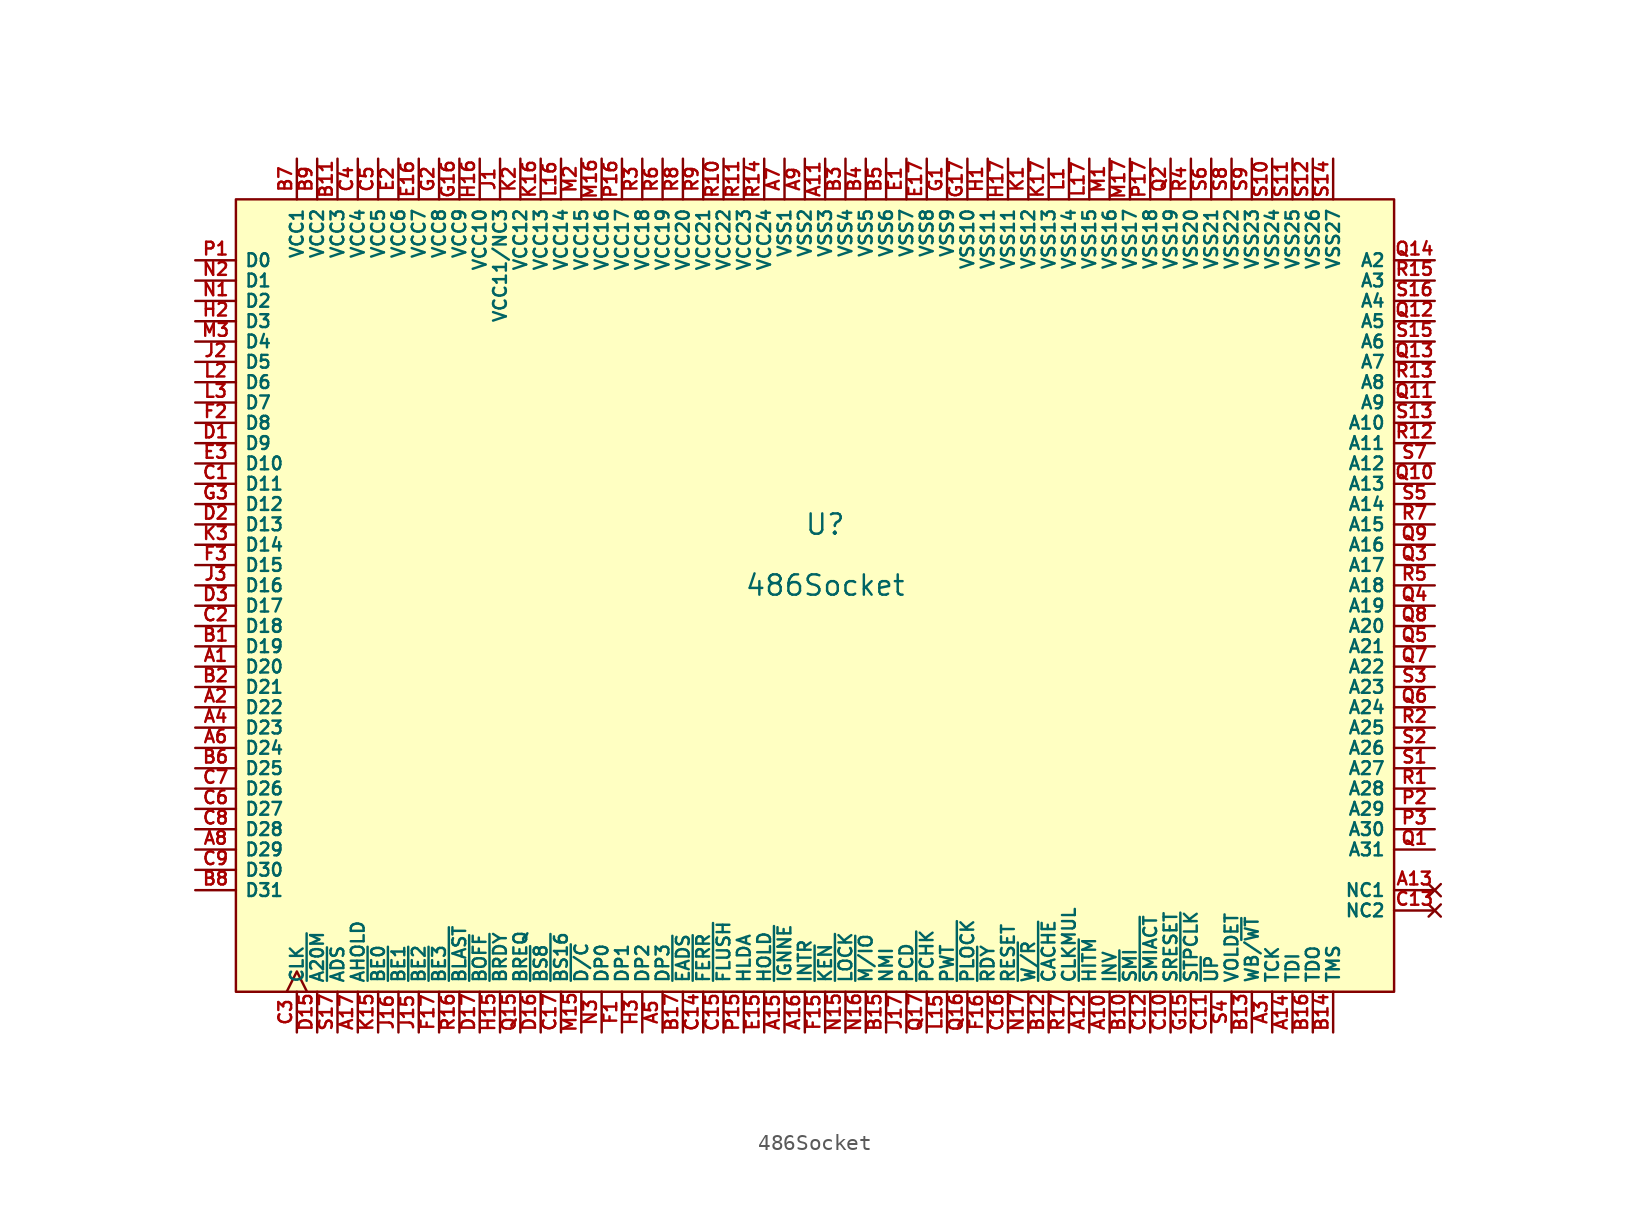
<source format=kicad_sym>
(kicad_symbol_lib
  (version 20220914)
  (generator kicad_symbol_editor)
  (symbol "486Socket"
    (property "Reference" "U"
      (at 46.99 39.37 0)
      (effects (font (size 1.27 1.27))))
    (property "Value" "486Socket"
      (at 46.99 35.56 0)
      (effects (font (size 1.27 1.27))))
    (symbol "486Socket_0_1"
      (rectangle (start 10.16 59.69) (end 82.55 10.16) (stroke (width 0) (type default)) (fill (type background))))
    (symbol "486Socket_1_1"
      (pin bidirectional line (at 7.62 30.48 0) (length 2.54) (name "D20" (effects (font (size 0.8 0.8)))) (number "A1" (effects (font (size 0.8 0.8)))))
      (pin input line (at 64.77 7.62 90) (length 2.54) (name "INV" (effects (font (size 0.8 0.8)))) (number "A10" (effects (font (size 0.8 0.8)))))
      (pin power_in line (at 46.99 62.23 270) (length 2.54) (name "VSS3" (effects (font (size 0.8 0.8)))) (number "A11" (effects (font (size 0.8 0.8)))))
      (pin output line (at 63.5 7.62 90) (length 2.54) (name "~{HITM}" (effects (font (size 0.8 0.8)))) (number "A12" (effects (font (size 0.8 0.8)))))
      (pin no_connect line (at 85.09 16.51 180) (length 2.54) (name "NC1" (effects (font (size 0.8 0.8)))) (number "A13" (effects (font (size 0.8 0.8)))))
      (pin input line (at 76.2 7.62 90) (length 2.54) (name "TDI" (effects (font (size 0.8 0.8)))) (number "A14" (effects (font (size 0.8 0.8)))))
      (pin input line (at 44.45 7.62 90) (length 2.54) (name "~{IGNNE}" (effects (font (size 0.8 0.8)))) (number "A15" (effects (font (size 0.8 0.8)))))
      (pin input line (at 45.72 7.62 90) (length 2.54) (name "INTR" (effects (font (size 0.8 0.8)))) (number "A16" (effects (font (size 0.8 0.8)))))
      (pin input line (at 17.78 7.62 90) (length 2.54) (name "AHOLD" (effects (font (size 0.8 0.8)))) (number "A17" (effects (font (size 0.8 0.8)))))
      (pin bidirectional line (at 7.62 27.94 0) (length 2.54) (name "D22" (effects (font (size 0.8 0.8)))) (number "A2" (effects (font (size 0.8 0.8)))))
      (pin input line (at 74.93 7.62 90) (length 2.54) (name "TCK" (effects (font (size 0.8 0.8)))) (number "A3" (effects (font (size 0.8 0.8)))))
      (pin bidirectional line (at 7.62 26.67 0) (length 2.54) (name "D23" (effects (font (size 0.8 0.8)))) (number "A4" (effects (font (size 0.8 0.8)))))
      (pin bidirectional line (at 36.83 7.62 90) (length 2.54) (name "DP3" (effects (font (size 0.8 0.8)))) (number "A5" (effects (font (size 0.8 0.8)))))
      (pin bidirectional line (at 7.62 25.4 0) (length 2.54) (name "D24" (effects (font (size 0.8 0.8)))) (number "A6" (effects (font (size 0.8 0.8)))))
      (pin power_in line (at 44.45 62.23 270) (length 2.54) (name "VSS1" (effects (font (size 0.8 0.8)))) (number "A7" (effects (font (size 0.8 0.8)))))
      (pin bidirectional line (at 7.62 19.05 0) (length 2.54) (name "D29" (effects (font (size 0.8 0.8)))) (number "A8" (effects (font (size 0.8 0.8)))))
      (pin power_in line (at 45.72 62.23 270) (length 2.54) (name "VSS2" (effects (font (size 0.8 0.8)))) (number "A9" (effects (font (size 0.8 0.8)))))
      (pin bidirectional line (at 7.62 31.75 0) (length 2.54) (name "D19" (effects (font (size 0.8 0.8)))) (number "B1" (effects (font (size 0.8 0.8)))))
      (pin input line (at 66.04 7.62 90) (length 2.54) (name "~{SMI}" (effects (font (size 0.8 0.8)))) (number "B10" (effects (font (size 0.8 0.8)))))
      (pin power_in line (at 16.51 62.23 270) (length 2.54) (name "VCC3" (effects (font (size 0.8 0.8)))) (number "B11" (effects (font (size 0.8 0.8)))))
      (pin output line (at 60.96 7.62 90) (length 2.54) (name "~{CACHE}" (effects (font (size 0.8 0.8)))) (number "B12" (effects (font (size 0.8 0.8)))))
      (pin input line (at 73.66 7.62 90) (length 2.54) (name "WB/~{WT}" (effects (font (size 0.8 0.8)))) (number "B13" (effects (font (size 0.8 0.8)))))
      (pin input line (at 78.74 7.62 90) (length 2.54) (name "TMS" (effects (font (size 0.8 0.8)))) (number "B14" (effects (font (size 0.8 0.8)))))
      (pin input line (at 50.8 7.62 90) (length 2.54) (name "NMI" (effects (font (size 0.8 0.8)))) (number "B15" (effects (font (size 0.8 0.8)))))
      (pin output line (at 77.47 7.62 90) (length 2.54) (name "TDO" (effects (font (size 0.8 0.8)))) (number "B16" (effects (font (size 0.8 0.8)))))
      (pin input line (at 38.1 7.62 90) (length 2.54) (name "~{EADS}" (effects (font (size 0.8 0.8)))) (number "B17" (effects (font (size 0.8 0.8)))))
      (pin bidirectional line (at 7.62 29.21 0) (length 2.54) (name "D21" (effects (font (size 0.8 0.8)))) (number "B2" (effects (font (size 0.8 0.8)))))
      (pin power_in line (at 48.26 62.23 270) (length 2.54) (name "VSS4" (effects (font (size 0.8 0.8)))) (number "B3" (effects (font (size 0.8 0.8)))))
      (pin power_in line (at 49.53 62.23 270) (length 2.54) (name "VSS5" (effects (font (size 0.8 0.8)))) (number "B4" (effects (font (size 0.8 0.8)))))
      (pin power_in line (at 50.8 62.23 270) (length 2.54) (name "VSS6" (effects (font (size 0.8 0.8)))) (number "B5" (effects (font (size 0.8 0.8)))))
      (pin bidirectional line (at 7.62 24.13 0) (length 2.54) (name "D25" (effects (font (size 0.8 0.8)))) (number "B6" (effects (font (size 0.8 0.8)))))
      (pin power_in line (at 13.97 62.23 270) (length 2.54) (name "VCC1" (effects (font (size 0.8 0.8)))) (number "B7" (effects (font (size 0.8 0.8)))))
      (pin bidirectional line (at 7.62 16.51 0) (length 2.54) (name "D31" (effects (font (size 0.8 0.8)))) (number "B8" (effects (font (size 0.8 0.8)))))
      (pin power_in line (at 15.24 62.23 270) (length 2.54) (name "VCC2" (effects (font (size 0.8 0.8)))) (number "B9" (effects (font (size 0.8 0.8)))))
      (pin bidirectional line (at 7.62 41.91 0) (length 2.54) (name "D11" (effects (font (size 0.8 0.8)))) (number "C1" (effects (font (size 0.8 0.8)))))
      (pin input line (at 68.58 7.62 90) (length 2.54) (name "SRESET" (effects (font (size 0.8 0.8)))) (number "C10" (effects (font (size 0.8 0.8)))))
      (pin input line (at 71.12 7.62 90) (length 2.54) (name "~{UP}" (effects (font (size 0.8 0.8)))) (number "C11" (effects (font (size 0.8 0.8)))))
      (pin output line (at 67.31 7.62 90) (length 2.54) (name "~{SMIACT}" (effects (font (size 0.8 0.8)))) (number "C12" (effects (font (size 0.8 0.8)))))
      (pin no_connect line (at 85.09 15.24 180) (length 2.54) (name "NC2" (effects (font (size 0.8 0.8)))) (number "C13" (effects (font (size 0.8 0.8)))))
      (pin output line (at 39.37 7.62 90) (length 2.54) (name "~{FERR}" (effects (font (size 0.8 0.8)))) (number "C14" (effects (font (size 0.8 0.8)))))
      (pin input line (at 40.64 7.62 90) (length 2.54) (name "~{FLUSH}" (effects (font (size 0.8 0.8)))) (number "C15" (effects (font (size 0.8 0.8)))))
      (pin input line (at 58.42 7.62 90) (length 2.54) (name "RESET" (effects (font (size 0.8 0.8)))) (number "C16" (effects (font (size 0.8 0.8)))))
      (pin input line (at 30.48 7.62 90) (length 2.54) (name "~{BS16}" (effects (font (size 0.8 0.8)))) (number "C17" (effects (font (size 0.8 0.8)))))
      (pin bidirectional line (at 7.62 33.02 0) (length 2.54) (name "D18" (effects (font (size 0.8 0.8)))) (number "C2" (effects (font (size 0.8 0.8)))))
      (pin input clock (at 13.97 7.62 90) (length 2.54) (name "CLK" (effects (font (size 0.8 0.8)))) (number "C3" (effects (font (size 0.8 0.8)))))
      (pin power_in line (at 17.78 62.23 270) (length 2.54) (name "VCC4" (effects (font (size 0.8 0.8)))) (number "C4" (effects (font (size 0.8 0.8)))))
      (pin power_in line (at 19.05 62.23 270) (length 2.54) (name "VCC5" (effects (font (size 0.8 0.8)))) (number "C5" (effects (font (size 0.8 0.8)))))
      (pin bidirectional line (at 7.62 21.59 0) (length 2.54) (name "D27" (effects (font (size 0.8 0.8)))) (number "C6" (effects (font (size 0.8 0.8)))))
      (pin bidirectional line (at 7.62 22.86 0) (length 2.54) (name "D26" (effects (font (size 0.8 0.8)))) (number "C7" (effects (font (size 0.8 0.8)))))
      (pin bidirectional line (at 7.62 20.32 0) (length 2.54) (name "D28" (effects (font (size 0.8 0.8)))) (number "C8" (effects (font (size 0.8 0.8)))))
      (pin bidirectional line (at 7.62 17.78 0) (length 2.54) (name "D30" (effects (font (size 0.8 0.8)))) (number "C9" (effects (font (size 0.8 0.8)))))
      (pin bidirectional line (at 7.62 44.45 0) (length 2.54) (name "D9" (effects (font (size 0.8 0.8)))) (number "D1" (effects (font (size 0.8 0.8)))))
      (pin input line (at 15.24 7.62 90) (length 2.54) (name "~{A20M}" (effects (font (size 0.8 0.8)))) (number "D15" (effects (font (size 0.8 0.8)))))
      (pin input line (at 29.21 7.62 90) (length 2.54) (name "~{BS8}" (effects (font (size 0.8 0.8)))) (number "D16" (effects (font (size 0.8 0.8)))))
      (pin input line (at 25.4 7.62 90) (length 2.54) (name "~{BOFF}" (effects (font (size 0.8 0.8)))) (number "D17" (effects (font (size 0.8 0.8)))))
      (pin bidirectional line (at 7.62 39.37 0) (length 2.54) (name "D13" (effects (font (size 0.8 0.8)))) (number "D2" (effects (font (size 0.8 0.8)))))
      (pin bidirectional line (at 7.62 34.29 0) (length 2.54) (name "D17" (effects (font (size 0.8 0.8)))) (number "D3" (effects (font (size 0.8 0.8)))))
      (pin power_in line (at 52.07 62.23 270) (length 2.54) (name "VSS7" (effects (font (size 0.8 0.8)))) (number "E1" (effects (font (size 0.8 0.8)))))
      (pin input line (at 43.18 7.62 90) (length 2.54) (name "HOLD" (effects (font (size 0.8 0.8)))) (number "E15" (effects (font (size 0.8 0.8)))))
      (pin power_in line (at 21.59 62.23 270) (length 2.54) (name "VCC7" (effects (font (size 0.8 0.8)))) (number "E16" (effects (font (size 0.8 0.8)))))
      (pin power_in line (at 53.34 62.23 270) (length 2.54) (name "VSS8" (effects (font (size 0.8 0.8)))) (number "E17" (effects (font (size 0.8 0.8)))))
      (pin power_in line (at 20.32 62.23 270) (length 2.54) (name "VCC6" (effects (font (size 0.8 0.8)))) (number "E2" (effects (font (size 0.8 0.8)))))
      (pin bidirectional line (at 7.62 43.18 0) (length 2.54) (name "D10" (effects (font (size 0.8 0.8)))) (number "E3" (effects (font (size 0.8 0.8)))))
      (pin bidirectional line (at 34.29 7.62 90) (length 2.54) (name "DP1" (effects (font (size 0.8 0.8)))) (number "F1" (effects (font (size 0.8 0.8)))))
      (pin input line (at 46.99 7.62 90) (length 2.54) (name "~{KEN}" (effects (font (size 0.8 0.8)))) (number "F15" (effects (font (size 0.8 0.8)))))
      (pin input line (at 57.15 7.62 90) (length 2.54) (name "~{RDY}" (effects (font (size 0.8 0.8)))) (number "F16" (effects (font (size 0.8 0.8)))))
      (pin output line (at 22.86 7.62 90) (length 2.54) (name "~{BE3}" (effects (font (size 0.8 0.8)))) (number "F17" (effects (font (size 0.8 0.8)))))
      (pin bidirectional line (at 7.62 45.72 0) (length 2.54) (name "D8" (effects (font (size 0.8 0.8)))) (number "F2" (effects (font (size 0.8 0.8)))))
      (pin bidirectional line (at 7.62 36.83 0) (length 2.54) (name "D15" (effects (font (size 0.8 0.8)))) (number "F3" (effects (font (size 0.8 0.8)))))
      (pin power_in line (at 54.61 62.23 270) (length 2.54) (name "VSS9" (effects (font (size 0.8 0.8)))) (number "G1" (effects (font (size 0.8 0.8)))))
      (pin input line (at 69.85 7.62 90) (length 2.54) (name "~{STPCLK}" (effects (font (size 0.8 0.8)))) (number "G15" (effects (font (size 0.8 0.8)))))
      (pin power_in line (at 24.13 62.23 270) (length 2.54) (name "VCC9" (effects (font (size 0.8 0.8)))) (number "G16" (effects (font (size 0.8 0.8)))))
      (pin power_in line (at 55.88 62.23 270) (length 2.54) (name "VSS10" (effects (font (size 0.8 0.8)))) (number "G17" (effects (font (size 0.8 0.8)))))
      (pin power_in line (at 22.86 62.23 270) (length 2.54) (name "VCC8" (effects (font (size 0.8 0.8)))) (number "G2" (effects (font (size 0.8 0.8)))))
      (pin bidirectional line (at 7.62 40.64 0) (length 2.54) (name "D12" (effects (font (size 0.8 0.8)))) (number "G3" (effects (font (size 0.8 0.8)))))
      (pin power_in line (at 57.15 62.23 270) (length 2.54) (name "VSS11" (effects (font (size 0.8 0.8)))) (number "H1" (effects (font (size 0.8 0.8)))))
      (pin input line (at 26.67 7.62 90) (length 2.54) (name "~{BRDY}" (effects (font (size 0.8 0.8)))) (number "H15" (effects (font (size 0.8 0.8)))))
      (pin power_in line (at 25.4 62.23 270) (length 2.54) (name "VCC10" (effects (font (size 0.8 0.8)))) (number "H16" (effects (font (size 0.8 0.8)))))
      (pin power_in line (at 58.42 62.23 270) (length 2.54) (name "VSS11" (effects (font (size 0.8 0.8)))) (number "H17" (effects (font (size 0.8 0.8)))))
      (pin bidirectional line (at 7.62 52.07 0) (length 2.54) (name "D3" (effects (font (size 0.8 0.8)))) (number "H2" (effects (font (size 0.8 0.8)))))
      (pin bidirectional line (at 35.56 7.62 90) (length 2.54) (name "DP2" (effects (font (size 0.8 0.8)))) (number "H3" (effects (font (size 0.8 0.8)))))
      (pin power_in line (at 26.67 62.23 270) (length 2.54) (name "VCC11/NC3" (effects (font (size 0.8 0.8)))) (number "J1" (effects (font (size 0.8 0.8)))))
      (pin output line (at 21.59 7.62 90) (length 2.54) (name "~{BE2}" (effects (font (size 0.8 0.8)))) (number "J15" (effects (font (size 0.8 0.8)))))
      (pin output line (at 20.32 7.62 90) (length 2.54) (name "~{BE1}" (effects (font (size 0.8 0.8)))) (number "J16" (effects (font (size 0.8 0.8)))))
      (pin output line (at 52.07 7.62 90) (length 2.54) (name "PCD" (effects (font (size 0.8 0.8)))) (number "J17" (effects (font (size 0.8 0.8)))))
      (pin bidirectional line (at 7.62 49.53 0) (length 2.54) (name "D5" (effects (font (size 0.8 0.8)))) (number "J2" (effects (font (size 0.8 0.8)))))
      (pin bidirectional line (at 7.62 35.56 0) (length 2.54) (name "D16" (effects (font (size 0.8 0.8)))) (number "J3" (effects (font (size 0.8 0.8)))))
      (pin power_in line (at 59.69 62.23 270) (length 2.54) (name "VSS12" (effects (font (size 0.8 0.8)))) (number "K1" (effects (font (size 0.8 0.8)))))
      (pin output line (at 19.05 7.62 90) (length 2.54) (name "~{BE0}" (effects (font (size 0.8 0.8)))) (number "K15" (effects (font (size 0.8 0.8)))))
      (pin power_in line (at 29.21 62.23 270) (length 2.54) (name "VCC13" (effects (font (size 0.8 0.8)))) (number "K16" (effects (font (size 0.8 0.8)))))
      (pin power_in line (at 60.96 62.23 270) (length 2.54) (name "VSS13" (effects (font (size 0.8 0.8)))) (number "K17" (effects (font (size 0.8 0.8)))))
      (pin power_in line (at 27.94 62.23 270) (length 2.54) (name "VCC12" (effects (font (size 0.8 0.8)))) (number "K2" (effects (font (size 0.8 0.8)))))
      (pin bidirectional line (at 7.62 38.1 0) (length 2.54) (name "D14" (effects (font (size 0.8 0.8)))) (number "K3" (effects (font (size 0.8 0.8)))))
      (pin power_in line (at 62.23 62.23 270) (length 2.54) (name "VSS14" (effects (font (size 0.8 0.8)))) (number "L1" (effects (font (size 0.8 0.8)))))
      (pin output line (at 54.61 7.62 90) (length 2.54) (name "PWT" (effects (font (size 0.8 0.8)))) (number "L15" (effects (font (size 0.8 0.8)))))
      (pin power_in line (at 30.48 62.23 270) (length 2.54) (name "VCC14" (effects (font (size 0.8 0.8)))) (number "L16" (effects (font (size 0.8 0.8)))))
      (pin power_in line (at 63.5 62.23 270) (length 2.54) (name "VSS15" (effects (font (size 0.8 0.8)))) (number "L17" (effects (font (size 0.8 0.8)))))
      (pin bidirectional line (at 7.62 48.26 0) (length 2.54) (name "D6" (effects (font (size 0.8 0.8)))) (number "L2" (effects (font (size 0.8 0.8)))))
      (pin bidirectional line (at 7.62 46.99 0) (length 2.54) (name "D7" (effects (font (size 0.8 0.8)))) (number "L3" (effects (font (size 0.8 0.8)))))
      (pin power_in line (at 64.77 62.23 270) (length 2.54) (name "VSS16" (effects (font (size 0.8 0.8)))) (number "M1" (effects (font (size 0.8 0.8)))))
      (pin output line (at 31.75 7.62 90) (length 2.54) (name "~{D/C}" (effects (font (size 0.8 0.8)))) (number "M15" (effects (font (size 0.8 0.8)))))
      (pin power_in line (at 33.02 62.23 270) (length 2.54) (name "VCC16" (effects (font (size 0.8 0.8)))) (number "M16" (effects (font (size 0.8 0.8)))))
      (pin power_in line (at 66.04 62.23 270) (length 2.54) (name "VSS17" (effects (font (size 0.8 0.8)))) (number "M17" (effects (font (size 0.8 0.8)))))
      (pin power_in line (at 31.75 62.23 270) (length 2.54) (name "VCC15" (effects (font (size 0.8 0.8)))) (number "M2" (effects (font (size 0.8 0.8)))))
      (pin bidirectional line (at 7.62 50.8 0) (length 2.54) (name "D4" (effects (font (size 0.8 0.8)))) (number "M3" (effects (font (size 0.8 0.8)))))
      (pin bidirectional line (at 7.62 53.34 0) (length 2.54) (name "D2" (effects (font (size 0.8 0.8)))) (number "N1" (effects (font (size 0.8 0.8)))))
      (pin output line (at 48.26 7.62 90) (length 2.54) (name "~{LOCK}" (effects (font (size 0.8 0.8)))) (number "N15" (effects (font (size 0.8 0.8)))))
      (pin output line (at 49.53 7.62 90) (length 2.54) (name "~{M/IO}" (effects (font (size 0.8 0.8)))) (number "N16" (effects (font (size 0.8 0.8)))))
      (pin output line (at 59.69 7.62 90) (length 2.54) (name "~{W/R}" (effects (font (size 0.8 0.8)))) (number "N17" (effects (font (size 0.8 0.8)))))
      (pin bidirectional line (at 7.62 54.61 0) (length 2.54) (name "D1" (effects (font (size 0.8 0.8)))) (number "N2" (effects (font (size 0.8 0.8)))))
      (pin bidirectional line (at 33.02 7.62 90) (length 2.54) (name "DP0" (effects (font (size 0.8 0.8)))) (number "N3" (effects (font (size 0.8 0.8)))))
      (pin bidirectional line (at 7.62 55.88 0) (length 2.54) (name "D0" (effects (font (size 0.8 0.8)))) (number "P1" (effects (font (size 0.8 0.8)))))
      (pin output line (at 41.91 7.62 90) (length 2.54) (name "HLDA" (effects (font (size 0.8 0.8)))) (number "P15" (effects (font (size 0.8 0.8)))))
      (pin power_in line (at 34.29 62.23 270) (length 2.54) (name "VCC17" (effects (font (size 0.8 0.8)))) (number "P16" (effects (font (size 0.8 0.8)))))
      (pin power_in line (at 67.31 62.23 270) (length 2.54) (name "VSS18" (effects (font (size 0.8 0.8)))) (number "P17" (effects (font (size 0.8 0.8)))))
      (pin bidirectional line (at 85.09 21.59 180) (length 2.54) (name "A29" (effects (font (size 0.8 0.8)))) (number "P2" (effects (font (size 0.8 0.8)))))
      (pin bidirectional line (at 85.09 20.32 180) (length 2.54) (name "A30" (effects (font (size 0.8 0.8)))) (number "P3" (effects (font (size 0.8 0.8)))))
      (pin bidirectional line (at 85.09 19.05 180) (length 2.54) (name "A31" (effects (font (size 0.8 0.8)))) (number "Q1" (effects (font (size 0.8 0.8)))))
      (pin bidirectional line (at 85.09 41.91 180) (length 2.54) (name "A13" (effects (font (size 0.8 0.8)))) (number "Q10" (effects (font (size 0.8 0.8)))))
      (pin bidirectional line (at 85.09 46.99 180) (length 2.54) (name "A9" (effects (font (size 0.8 0.8)))) (number "Q11" (effects (font (size 0.8 0.8)))))
      (pin bidirectional line (at 85.09 52.07 180) (length 2.54) (name "A5" (effects (font (size 0.8 0.8)))) (number "Q12" (effects (font (size 0.8 0.8)))))
      (pin bidirectional line (at 85.09 49.53 180) (length 2.54) (name "A7" (effects (font (size 0.8 0.8)))) (number "Q13" (effects (font (size 0.8 0.8)))))
      (pin output line (at 85.09 55.88 180) (length 2.54) (name "A2" (effects (font (size 0.8 0.8)))) (number "Q14" (effects (font (size 0.8 0.8)))))
      (pin output line (at 27.94 7.62 90) (length 2.54) (name "BREQ" (effects (font (size 0.8 0.8)))) (number "Q15" (effects (font (size 0.8 0.8)))))
      (pin output line (at 55.88 7.62 90) (length 2.54) (name "~{PLOCK}" (effects (font (size 0.8 0.8)))) (number "Q16" (effects (font (size 0.8 0.8)))))
      (pin output line (at 53.34 7.62 90) (length 2.54) (name "~{PCHK}" (effects (font (size 0.8 0.8)))) (number "Q17" (effects (font (size 0.8 0.8)))))
      (pin power_in line (at 68.58 62.23 270) (length 2.54) (name "VSS19" (effects (font (size 0.8 0.8)))) (number "Q2" (effects (font (size 0.8 0.8)))))
      (pin bidirectional line (at 85.09 36.83 180) (length 2.54) (name "A17" (effects (font (size 0.8 0.8)))) (number "Q3" (effects (font (size 0.8 0.8)))))
      (pin bidirectional line (at 85.09 34.29 180) (length 2.54) (name "A19" (effects (font (size 0.8 0.8)))) (number "Q4" (effects (font (size 0.8 0.8)))))
      (pin bidirectional line (at 85.09 31.75 180) (length 2.54) (name "A21" (effects (font (size 0.8 0.8)))) (number "Q5" (effects (font (size 0.8 0.8)))))
      (pin bidirectional line (at 85.09 27.94 180) (length 2.54) (name "A24" (effects (font (size 0.8 0.8)))) (number "Q6" (effects (font (size 0.8 0.8)))))
      (pin bidirectional line (at 85.09 30.48 180) (length 2.54) (name "A22" (effects (font (size 0.8 0.8)))) (number "Q7" (effects (font (size 0.8 0.8)))))
      (pin bidirectional line (at 85.09 33.02 180) (length 2.54) (name "A20" (effects (font (size 0.8 0.8)))) (number "Q8" (effects (font (size 0.8 0.8)))))
      (pin bidirectional line (at 85.09 38.1 180) (length 2.54) (name "A16" (effects (font (size 0.8 0.8)))) (number "Q9" (effects (font (size 0.8 0.8)))))
      (pin bidirectional line (at 85.09 22.86 180) (length 2.54) (name "A28" (effects (font (size 0.8 0.8)))) (number "R1" (effects (font (size 0.8 0.8)))))
      (pin power_in line (at 40.64 62.23 270) (length 2.54) (name "VCC22" (effects (font (size 0.8 0.8)))) (number "R10" (effects (font (size 0.8 0.8)))))
      (pin power_in line (at 41.91 62.23 270) (length 2.54) (name "VCC23" (effects (font (size 0.8 0.8)))) (number "R11" (effects (font (size 0.8 0.8)))))
      (pin bidirectional line (at 85.09 44.45 180) (length 2.54) (name "A11" (effects (font (size 0.8 0.8)))) (number "R12" (effects (font (size 0.8 0.8)))))
      (pin bidirectional line (at 85.09 48.26 180) (length 2.54) (name "A8" (effects (font (size 0.8 0.8)))) (number "R13" (effects (font (size 0.8 0.8)))))
      (pin power_in line (at 43.18 62.23 270) (length 2.54) (name "VCC24" (effects (font (size 0.8 0.8)))) (number "R14" (effects (font (size 0.8 0.8)))))
      (pin output line (at 85.09 54.61 180) (length 2.54) (name "A3" (effects (font (size 0.8 0.8)))) (number "R15" (effects (font (size 0.8 0.8)))))
      (pin output line (at 24.13 7.62 90) (length 2.54) (name "~{BLAST}" (effects (font (size 0.8 0.8)))) (number "R16" (effects (font (size 0.8 0.8)))))
      (pin input line (at 62.23 7.62 90) (length 2.54) (name "CLKMUL" (effects (font (size 0.8 0.8)))) (number "R17" (effects (font (size 0.8 0.8)))))
      (pin bidirectional line (at 85.09 26.67 180) (length 2.54) (name "A25" (effects (font (size 0.8 0.8)))) (number "R2" (effects (font (size 0.8 0.8)))))
      (pin power_in line (at 35.56 62.23 270) (length 2.54) (name "VCC18" (effects (font (size 0.8 0.8)))) (number "R3" (effects (font (size 0.8 0.8)))))
      (pin power_in line (at 69.85 62.23 270) (length 2.54) (name "VSS20" (effects (font (size 0.8 0.8)))) (number "R4" (effects (font (size 0.8 0.8)))))
      (pin bidirectional line (at 85.09 35.56 180) (length 2.54) (name "A18" (effects (font (size 0.8 0.8)))) (number "R5" (effects (font (size 0.8 0.8)))))
      (pin power_in line (at 36.83 62.23 270) (length 2.54) (name "VCC19" (effects (font (size 0.8 0.8)))) (number "R6" (effects (font (size 0.8 0.8)))))
      (pin bidirectional line (at 85.09 39.37 180) (length 2.54) (name "A15" (effects (font (size 0.8 0.8)))) (number "R7" (effects (font (size 0.8 0.8)))))
      (pin power_in line (at 38.1 62.23 270) (length 2.54) (name "VCC20" (effects (font (size 0.8 0.8)))) (number "R8" (effects (font (size 0.8 0.8)))))
      (pin power_in line (at 39.37 62.23 270) (length 2.54) (name "VCC21" (effects (font (size 0.8 0.8)))) (number "R9" (effects (font (size 0.8 0.8)))))
      (pin bidirectional line (at 85.09 24.13 180) (length 2.54) (name "A27" (effects (font (size 0.8 0.8)))) (number "S1" (effects (font (size 0.8 0.8)))))
      (pin power_in line (at 74.93 62.23 270) (length 2.54) (name "VSS24" (effects (font (size 0.8 0.8)))) (number "S10" (effects (font (size 0.8 0.8)))))
      (pin power_in line (at 76.2 62.23 270) (length 2.54) (name "VSS25" (effects (font (size 0.8 0.8)))) (number "S11" (effects (font (size 0.8 0.8)))))
      (pin power_in line (at 77.47 62.23 270) (length 2.54) (name "VSS26" (effects (font (size 0.8 0.8)))) (number "S12" (effects (font (size 0.8 0.8)))))
      (pin bidirectional line (at 85.09 45.72 180) (length 2.54) (name "A10" (effects (font (size 0.8 0.8)))) (number "S13" (effects (font (size 0.8 0.8)))))
      (pin power_in line (at 78.74 62.23 270) (length 2.54) (name "VSS27" (effects (font (size 0.8 0.8)))) (number "S14" (effects (font (size 0.8 0.8)))))
      (pin bidirectional line (at 85.09 50.8 180) (length 2.54) (name "A6" (effects (font (size 0.8 0.8)))) (number "S15" (effects (font (size 0.8 0.8)))))
      (pin bidirectional line (at 85.09 53.34 180) (length 2.54) (name "A4" (effects (font (size 0.8 0.8)))) (number "S16" (effects (font (size 0.8 0.8)))))
      (pin output line (at 16.51 7.62 90) (length 2.54) (name "~{ADS}" (effects (font (size 0.8 0.8)))) (number "S17" (effects (font (size 0.8 0.8)))))
      (pin bidirectional line (at 85.09 25.4 180) (length 2.54) (name "A26" (effects (font (size 0.8 0.8)))) (number "S2" (effects (font (size 0.8 0.8)))))
      (pin bidirectional line (at 85.09 29.21 180) (length 2.54) (name "A23" (effects (font (size 0.8 0.8)))) (number "S3" (effects (font (size 0.8 0.8)))))
      (pin output line (at 72.39 7.62 90) (length 2.54) (name "VOLDET" (effects (font (size 0.8 0.8)))) (number "S4" (effects (font (size 0.8 0.8)))))
      (pin bidirectional line (at 85.09 40.64 180) (length 2.54) (name "A14" (effects (font (size 0.8 0.8)))) (number "S5" (effects (font (size 0.8 0.8)))))
      (pin power_in line (at 71.12 62.23 270) (length 2.54) (name "VSS21" (effects (font (size 0.8 0.8)))) (number "S6" (effects (font (size 0.8 0.8)))))
      (pin bidirectional line (at 85.09 43.18 180) (length 2.54) (name "A12" (effects (font (size 0.8 0.8)))) (number "S7" (effects (font (size 0.8 0.8)))))
      (pin power_in line (at 72.39 62.23 270) (length 2.54) (name "VSS22" (effects (font (size 0.8 0.8)))) (number "S8" (effects (font (size 0.8 0.8)))))
      (pin power_in line (at 73.66 62.23 270) (length 2.54) (name "VSS23" (effects (font (size 0.8 0.8)))) (number "S9" (effects (font (size 0.8 0.8))))))))
</source>
